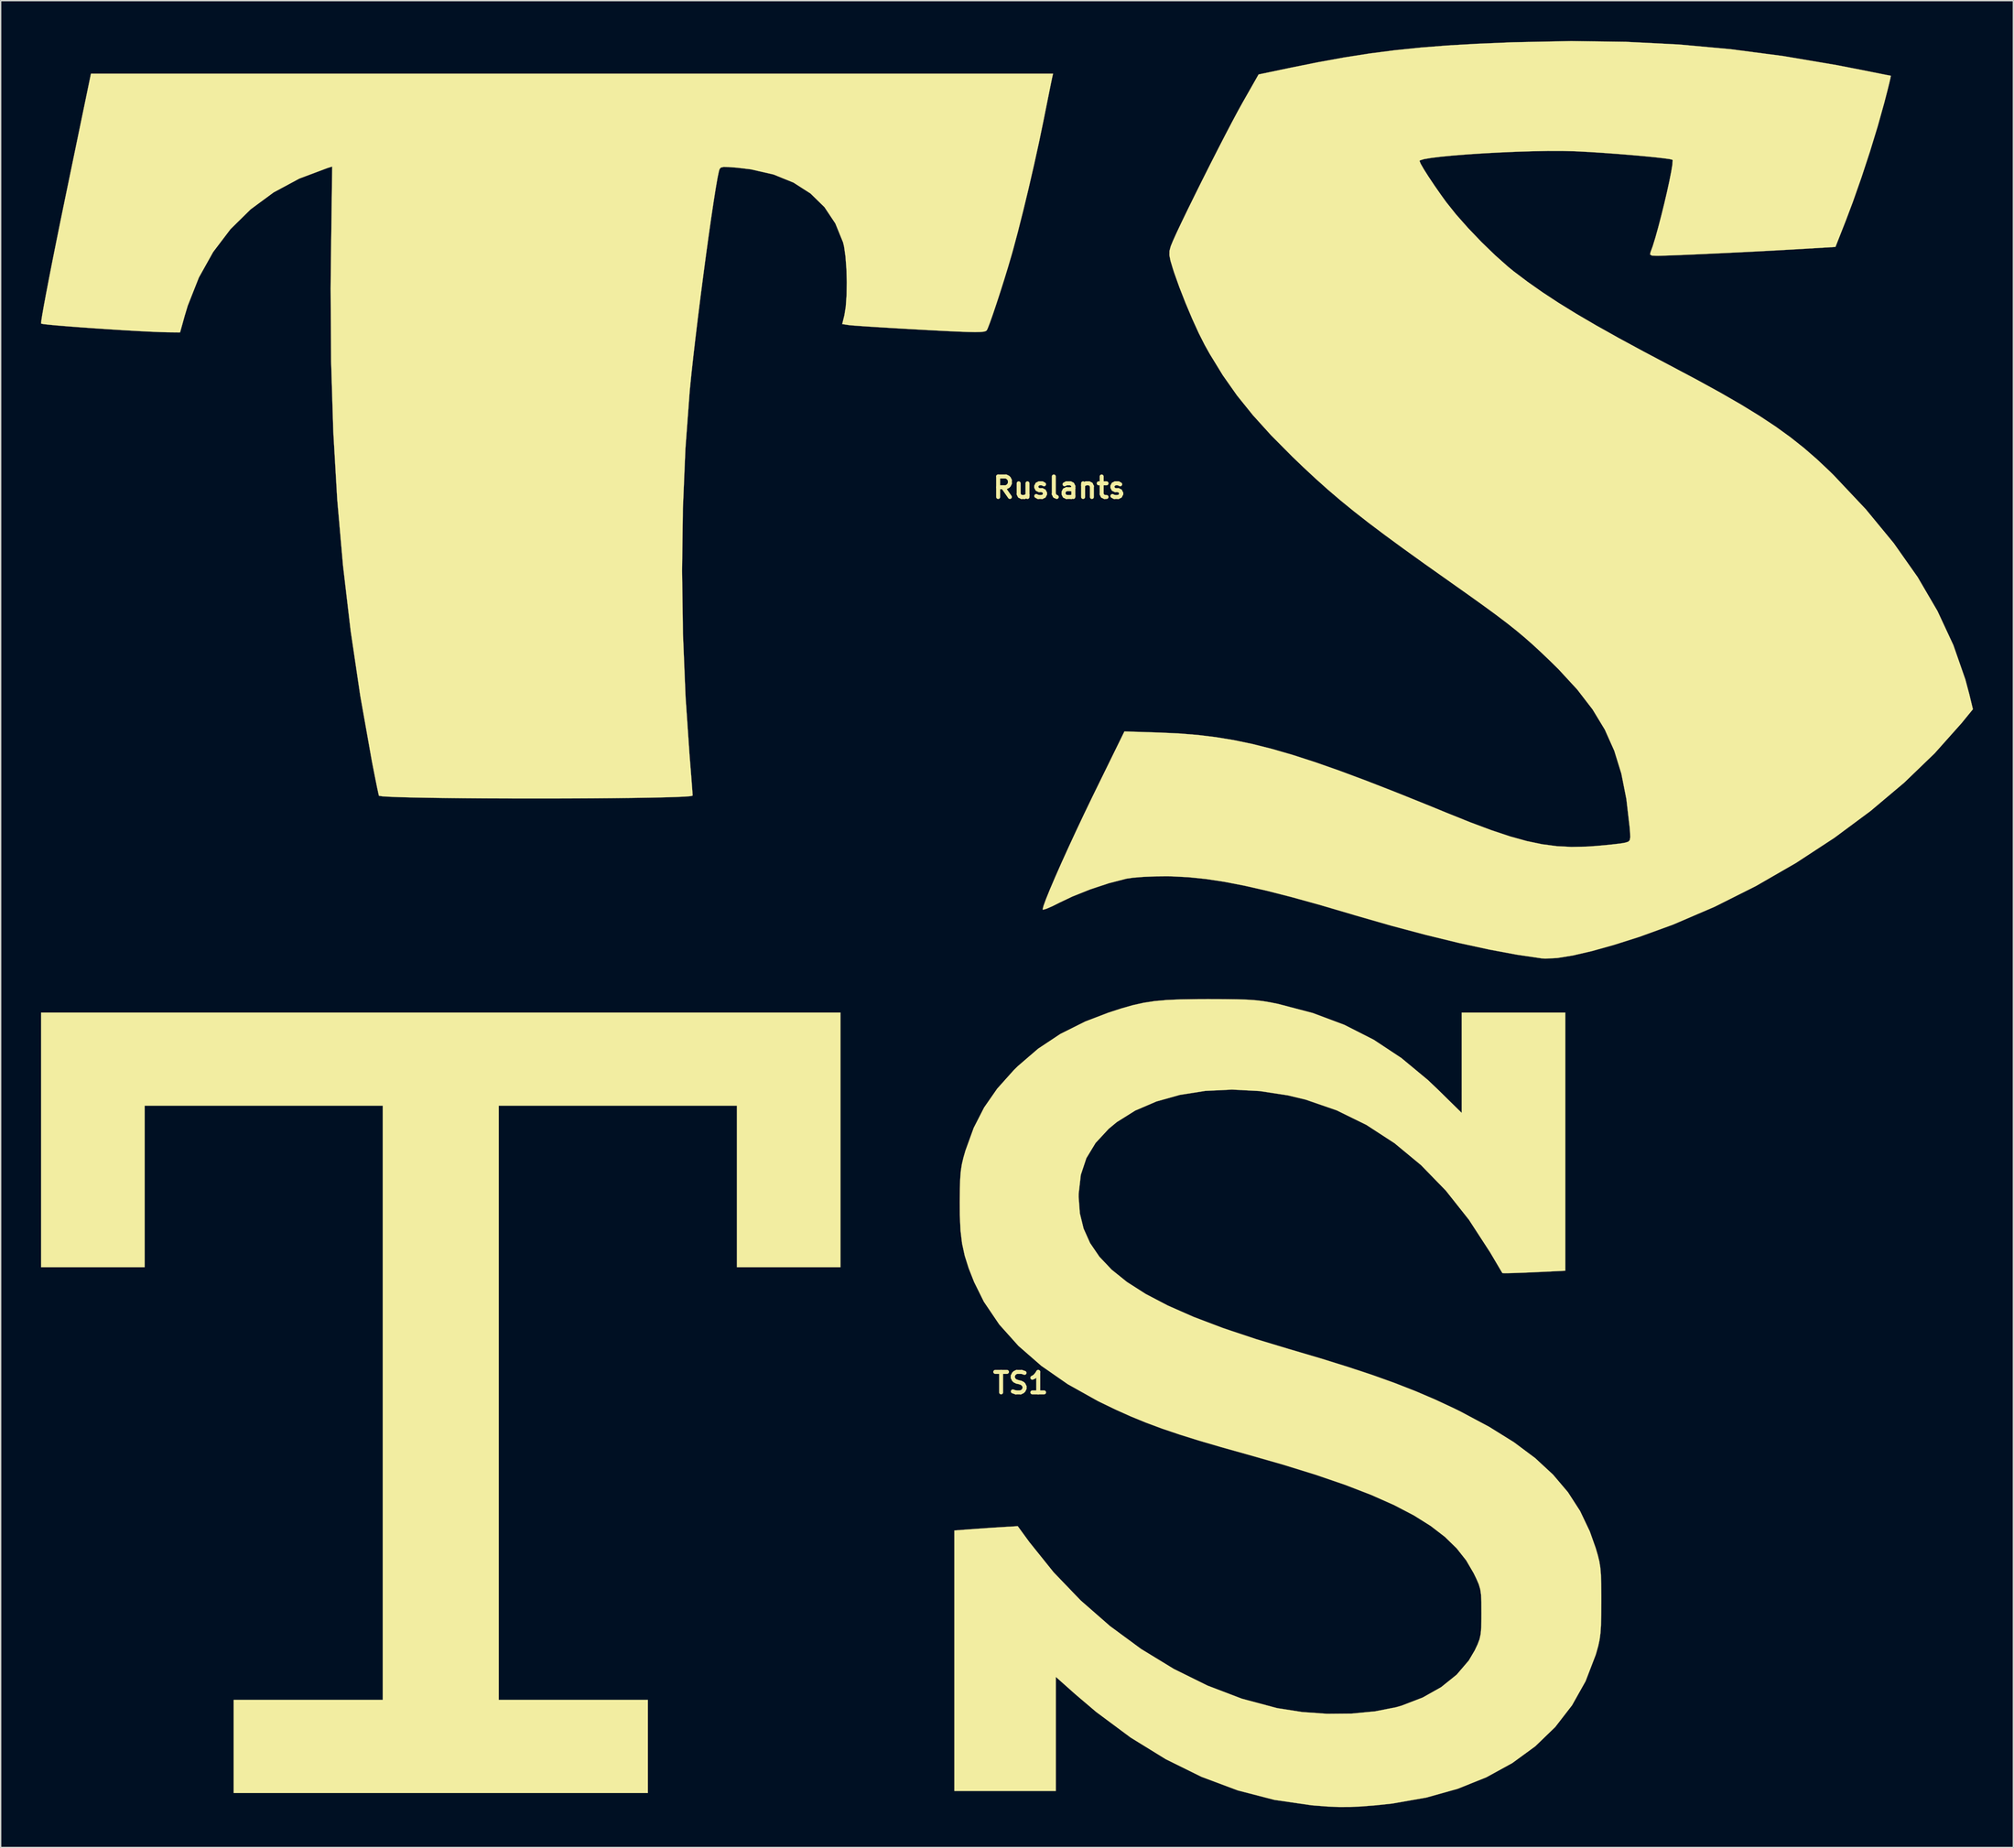
<source format=kicad_pcb>
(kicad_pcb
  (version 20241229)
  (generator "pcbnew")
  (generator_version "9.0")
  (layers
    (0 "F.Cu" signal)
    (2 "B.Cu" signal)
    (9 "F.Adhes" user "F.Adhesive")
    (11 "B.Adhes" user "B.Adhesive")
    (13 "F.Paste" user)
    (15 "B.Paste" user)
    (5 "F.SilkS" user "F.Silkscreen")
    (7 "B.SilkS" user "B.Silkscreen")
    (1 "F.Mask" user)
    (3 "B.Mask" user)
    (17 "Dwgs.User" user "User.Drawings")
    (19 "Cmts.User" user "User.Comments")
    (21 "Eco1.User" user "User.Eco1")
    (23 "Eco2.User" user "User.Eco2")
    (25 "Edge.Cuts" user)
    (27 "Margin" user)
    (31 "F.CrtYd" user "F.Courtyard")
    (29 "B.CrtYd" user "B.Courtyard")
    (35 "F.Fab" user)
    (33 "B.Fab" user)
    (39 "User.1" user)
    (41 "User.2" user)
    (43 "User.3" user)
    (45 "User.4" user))
  (footprint "TS1"
    (layer "F.Cu")
    (at 72.818 99.798)
    (property "Reference" "TS1" (at 0 0 0) (layer "F.SilkS") (effects (font (size 1.524 1.524) (thickness 0.3))))
    (attr through_hole)
    (fp_poly (pts (xy -13.393 -8.621) (xy -21.09 -8.621) (xy -21.09 -20.628) (xy -38.793 -20.628) (xy -38.793 23.553) (xy -27.709 23.553) (xy -27.709 30.48) (xy -58.497 30.48) (xy -58.497 23.553) (xy -47.413 23.553) (xy -47.413 -20.628) (xy -65.116 -20.628) (xy -65.116 -8.621) (xy -72.813 -8.621) (xy -72.813 -27.555) (xy -13.393 -27.555) (xy -13.393 -8.621)) (stroke (width 0.01) (type solid)) (fill yes) (layer "F.SilkS"))
    (fp_poly (pts (xy 15.125 -28.552) (xy 16.069 -28.54) (xy 16.824 -28.515) (xy 17.449 -28.472) (xy 18.003 -28.408) (xy 18.545 -28.318) (xy 19.134 -28.199) (xy 19.158 -28.193) (xy 21.713 -27.522) (xy 24.064 -26.642) (xy 26.248 -25.532) (xy 28.303 -24.173) (xy 30.268 -22.543) (xy 30.981 -21.866) (xy 32.79 -20.089) (xy 32.789 -27.555) (xy 40.486 -27.555) (xy 40.486 -8.356) (xy 38.163 -8.245) (xy 37.355 -8.21) (xy 36.664 -8.186) (xy 36.145 -8.175) (xy 35.852 -8.178) (xy 35.808 -8.185) (xy 35.721 -8.33) (xy 35.511 -8.685) (xy 35.21 -9.195) (xy 34.895 -9.729) (xy 33.324 -12.146) (xy 31.611 -14.308) (xy 29.764 -16.208) (xy 27.791 -17.841) (xy 25.698 -19.201) (xy 23.493 -20.283) (xy 21.184 -21.08) (xy 19.866 -21.396) (xy 17.769 -21.717) (xy 15.71 -21.825) (xy 13.721 -21.728) (xy 11.837 -21.432) (xy 10.091 -20.942) (xy 8.516 -20.266) (xy 7.147 -19.409) (xy 6.542 -18.908) (xy 5.57 -17.857) (xy 4.886 -16.729) (xy 4.473 -15.485) (xy 4.313 -14.085) (xy 4.31 -13.84) (xy 4.401 -12.627) (xy 4.681 -11.488) (xy 5.161 -10.416) (xy 5.852 -9.401) (xy 6.764 -8.437) (xy 7.909 -7.516) (xy 9.298 -6.629) (xy 10.941 -5.769) (xy 12.85 -4.928) (xy 15.034 -4.098) (xy 17.506 -3.272) (xy 19.935 -2.538) (xy 22.259 -1.852) (xy 24.322 -1.209) (xy 26.167 -0.597) (xy 27.835 0.002) (xy 29.367 0.602) (xy 30.807 1.218) (xy 32.195 1.865) (xy 32.699 2.114) (xy 34.827 3.25) (xy 36.669 4.396) (xy 38.245 5.574) (xy 39.575 6.805) (xy 40.682 8.11) (xy 41.586 9.51) (xy 42.308 11.027) (xy 42.748 12.268) (xy 42.903 12.796) (xy 43.015 13.255) (xy 43.089 13.714) (xy 43.134 14.244) (xy 43.155 14.914) (xy 43.162 15.793) (xy 43.162 16.241) (xy 43.156 17.233) (xy 43.139 17.987) (xy 43.102 18.573) (xy 43.038 19.061) (xy 42.941 19.521) (xy 42.801 20.023) (xy 42.744 20.213) (xy 41.992 22.169) (xy 40.987 23.957) (xy 39.738 25.571) (xy 38.253 27.006) (xy 36.543 28.254) (xy 34.617 29.311) (xy 32.482 30.168) (xy 30.149 30.821) (xy 27.626 31.263) (xy 26.401 31.394) (xy 25.342 31.478) (xy 24.471 31.521) (xy 23.672 31.524) (xy 22.827 31.486) (xy 21.82 31.408) (xy 21.613 31.39) (xy 18.858 30.99) (xy 16.133 30.284) (xy 13.442 29.276) (xy 10.789 27.966) (xy 8.179 26.357) (xy 5.614 24.451) (xy 4.075 23.144) (xy 2.617 21.846) (xy 2.617 30.326) (xy -4.926 30.326) (xy -4.926 10.956) (xy -3.81 10.872) (xy -3.064 10.818) (xy -2.204 10.759) (xy -1.455 10.712) (xy -0.216 10.636) (xy 0.649 11.822) (xy 2.456 14.071) (xy 4.463 16.159) (xy 6.642 18.066) (xy 8.959 19.771) (xy 11.385 21.252) (xy 13.888 22.49) (xy 16.437 23.463) (xy 19.001 24.15) (xy 19.135 24.178) (xy 20.929 24.458) (xy 22.778 24.588) (xy 24.605 24.572) (xy 26.336 24.409) (xy 27.893 24.103) (xy 28.32 23.981) (xy 29.888 23.378) (xy 31.26 22.605) (xy 32.41 21.681) (xy 33.311 20.627) (xy 33.755 19.873) (xy 33.97 19.418) (xy 34.112 19.041) (xy 34.196 18.656) (xy 34.237 18.178) (xy 34.251 17.521) (xy 34.252 17.083) (xy 34.248 16.309) (xy 34.225 15.755) (xy 34.165 15.332) (xy 34.052 14.953) (xy 33.868 14.53) (xy 33.674 14.133) (xy 33.121 13.185) (xy 32.415 12.29) (xy 31.543 11.439) (xy 30.487 10.625) (xy 29.234 9.839) (xy 27.766 9.072) (xy 26.068 8.318) (xy 24.125 7.567) (xy 21.922 6.812) (xy 19.442 6.044) (xy 16.838 5.301) (xy 14.922 4.764) (xy 13.259 4.277) (xy 11.802 3.821) (xy 10.504 3.381) (xy 9.318 2.94) (xy 8.195 2.48) (xy 7.09 1.985) (xy 5.955 1.438) (xy 5.722 1.322) (xy 3.502 0.08) (xy 1.538 -1.285) (xy -0.161 -2.767) (xy -1.587 -4.358) (xy -2.732 -6.05) (xy -3.458 -7.515) (xy -3.864 -8.546) (xy -4.157 -9.474) (xy -4.355 -10.386) (xy -4.471 -11.368) (xy -4.523 -12.507) (xy -4.528 -13.47) (xy -4.518 -14.443) (xy -4.494 -15.183) (xy -4.448 -15.766) (xy -4.372 -16.266) (xy -4.256 -16.759) (xy -4.104 -17.287) (xy -3.49 -18.98) (xy -2.717 -20.492) (xy -1.742 -21.896) (xy -0.518 -23.265) (xy -0.209 -23.57) (xy 1.302 -24.87) (xy 2.956 -25.967) (xy 4.803 -26.891) (xy 6.533 -27.552) (xy 7.487 -27.862) (xy 8.332 -28.102) (xy 9.131 -28.281) (xy 9.948 -28.407) (xy 10.847 -28.488) (xy 11.891 -28.534) (xy 13.145 -28.553) (xy 13.932 -28.556) (xy 15.125 -28.552)) (stroke (width 0.01) (type solid)) (fill yes) (layer "F.SilkS")))
  (footprint "Ruslants"
    (layer "F.Cu")
    (at 75.683 33.216)
    (property "Reference" "Ruslants" (at 0 0 0) (layer "F.SilkS") (effects (font (size 1.524 1.524) (thickness 0.3))))
    (attr through_hole)
    (fp_poly (pts (xy -0.532 -30.442) (xy -0.586 -30.183) (xy -0.689 -29.679) (xy -0.829 -28.983) (xy -0.996 -28.151) (xy -1.161 -27.324) (xy -1.489 -25.738) (xy -1.863 -24.038) (xy -2.262 -22.303) (xy -2.67 -20.611) (xy -3.067 -19.04) (xy -3.434 -17.668) (xy -3.543 -17.283) (xy -3.796 -16.423) (xy -4.078 -15.503) (xy -4.371 -14.576) (xy -4.659 -13.694) (xy -4.922 -12.911) (xy -5.145 -12.28) (xy -5.309 -11.855) (xy -5.379 -11.709) (xy -5.451 -11.648) (xy -5.601 -11.604) (xy -5.859 -11.579) (xy -6.258 -11.571) (xy -6.828 -11.582) (xy -7.601 -11.612) (xy -8.609 -11.66) (xy -9.883 -11.728) (xy -10.341 -11.753) (xy -11.551 -11.821) (xy -12.682 -11.888) (xy -13.69 -11.95) (xy -14.534 -12.005) (xy -15.173 -12.051) (xy -15.564 -12.084) (xy -15.646 -12.094) (xy -16.129 -12.169) (xy -15.968 -12.819) (xy -15.864 -13.468) (xy -15.805 -14.32) (xy -15.789 -15.284) (xy -15.816 -16.268) (xy -15.884 -17.181) (xy -15.99 -17.93) (xy -16.065 -18.242) (xy -16.64 -19.652) (xy -17.45 -20.866) (xy -18.488 -21.879) (xy -19.75 -22.688) (xy -21.229 -23.288) (xy -22.92 -23.675) (xy -23.954 -23.798) (xy -24.57 -23.845) (xy -24.947 -23.852) (xy -25.149 -23.805) (xy -25.246 -23.692) (xy -25.293 -23.535) (xy -25.398 -23.03) (xy -25.531 -22.258) (xy -25.689 -21.258) (xy -25.866 -20.07) (xy -26.057 -18.732) (xy -26.256 -17.284) (xy -26.458 -15.764) (xy -26.659 -14.213) (xy -26.852 -12.668) (xy -27.033 -11.17) (xy -27.197 -9.756) (xy -27.338 -8.467) (xy -27.451 -7.341) (xy -27.468 -7.158) (xy -27.783 -2.903) (xy -27.971 1.565) (xy -28.032 6.178) (xy -27.966 10.868) (xy -27.772 15.568) (xy -27.474 19.933) (xy -27.401 20.833) (xy -27.338 21.633) (xy -27.289 22.28) (xy -27.257 22.72) (xy -27.247 22.896) (xy -27.396 22.934) (xy -27.824 22.969) (xy -28.503 22.999) (xy -29.402 23.026) (xy -30.494 23.05) (xy -31.749 23.069) (xy -33.139 23.085) (xy -34.634 23.097) (xy -36.206 23.105) (xy -37.827 23.11) (xy -39.466 23.11) (xy -41.095 23.107) (xy -42.686 23.101) (xy -44.209 23.09) (xy -45.636 23.075) (xy -46.937 23.057) (xy -48.084 23.035) (xy -49.048 23.009) (xy -49.8 22.98) (xy -50.311 22.947) (xy -50.553 22.909) (xy -50.568 22.898) (xy -50.618 22.687) (xy -50.715 22.23) (xy -50.845 21.584) (xy -50.998 20.805) (xy -51.092 20.32) (xy -51.952 15.476) (xy -52.665 10.653) (xy -53.234 5.804) (xy -53.664 0.883) (xy -53.958 -4.16) (xy -54.12 -9.372) (xy -54.154 -14.8) (xy -54.133 -16.981) (xy -54.04 -23.879) (xy -54.383 -23.775) (xy -56.483 -22.987) (xy -58.391 -21.96) (xy -60.1 -20.702) (xy -61.601 -19.223) (xy -62.887 -17.53) (xy -63.948 -15.632) (xy -64.776 -13.537) (xy -65.003 -12.784) (xy -65.347 -11.548) (xy -66.271 -11.558) (xy -66.841 -11.573) (xy -67.601 -11.605) (xy -68.505 -11.652) (xy -69.509 -11.71) (xy -70.567 -11.776) (xy -71.634 -11.847) (xy -72.664 -11.92) (xy -73.612 -11.992) (xy -74.433 -12.059) (xy -75.081 -12.119) (xy -75.512 -12.169) (xy -75.678 -12.204) (xy -75.668 -12.371) (xy -75.6 -12.814) (xy -75.479 -13.505) (xy -75.309 -14.419) (xy -75.096 -15.53) (xy -74.845 -16.811) (xy -74.56 -18.236) (xy -74.248 -19.779) (xy -73.912 -21.413) (xy -73.883 -21.554) (xy -71.971 -30.788) (xy -0.456 -30.788) (xy -0.532 -30.442)) (stroke (width 0.01) (type solid)) (fill yes) (layer "F.SilkS"))
    (fp_poly (pts (xy 42.121 -33.157) (xy 46.056 -32.958) (xy 49.932 -32.606) (xy 53.821 -32.097) (xy 57.796 -31.424) (xy 59.56 -31.081) (xy 60.343 -30.924) (xy 61.011 -30.791) (xy 61.509 -30.692) (xy 61.784 -30.64) (xy 61.82 -30.634) (xy 61.798 -30.494) (xy 61.71 -30.111) (xy 61.568 -29.538) (xy 61.385 -28.828) (xy 61.324 -28.594) (xy 60.842 -26.87) (xy 60.268 -24.993) (xy 59.64 -23.082) (xy 58.998 -21.254) (xy 58.466 -19.843) (xy 57.703 -17.904) (xy 54.598 -17.719) (xy 53.536 -17.658) (xy 52.351 -17.594) (xy 51.093 -17.529) (xy 49.81 -17.466) (xy 48.553 -17.406) (xy 47.369 -17.352) (xy 46.309 -17.307) (xy 45.422 -17.273) (xy 44.756 -17.251) (xy 44.434 -17.245) (xy 44.056 -17.262) (xy 43.921 -17.345) (xy 43.955 -17.511) (xy 44.117 -17.953) (xy 44.312 -18.584) (xy 44.527 -19.354) (xy 44.751 -20.211) (xy 44.972 -21.104) (xy 45.178 -21.983) (xy 45.356 -22.796) (xy 45.494 -23.492) (xy 45.581 -24.02) (xy 45.603 -24.33) (xy 45.585 -24.387) (xy 45.373 -24.438) (xy 44.904 -24.502) (xy 44.226 -24.578) (xy 43.39 -24.659) (xy 42.447 -24.742) (xy 41.444 -24.823) (xy 40.433 -24.897) (xy 39.463 -24.96) (xy 38.584 -25.007) (xy 38.254 -25.021) (xy 37.348 -25.042) (xy 36.305 -25.04) (xy 35.163 -25.019) (xy 33.961 -24.981) (xy 32.737 -24.927) (xy 31.531 -24.862) (xy 30.381 -24.786) (xy 29.326 -24.703) (xy 28.404 -24.615) (xy 27.654 -24.524) (xy 27.115 -24.433) (xy 26.825 -24.344) (xy 26.785 -24.3) (xy 26.871 -24.089) (xy 27.107 -23.679) (xy 27.461 -23.121) (xy 27.9 -22.465) (xy 28.392 -21.759) (xy 28.765 -21.244) (xy 29.496 -20.326) (xy 30.399 -19.306) (xy 31.398 -18.263) (xy 32.418 -17.275) (xy 33.38 -16.42) (xy 33.79 -16.087) (xy 34.814 -15.315) (xy 35.906 -14.546) (xy 37.098 -13.762) (xy 38.42 -12.945) (xy 39.904 -12.076) (xy 41.581 -11.136) (xy 43.481 -10.107) (xy 45.346 -9.121) (xy 47.36 -8.052) (xy 49.126 -7.082) (xy 50.674 -6.19) (xy 52.04 -5.352) (xy 53.257 -4.547) (xy 54.357 -3.752) (xy 55.374 -2.945) (xy 56.341 -2.104) (xy 57.292 -1.206) (xy 57.577 -0.924) (xy 59.958 1.602) (xy 62.035 4.123) (xy 63.81 6.643) (xy 65.287 9.17) (xy 66.468 11.706) (xy 67.358 14.258) (xy 67.651 15.356) (xy 67.921 16.473) (xy 67.07 17.514) (xy 65.075 19.752) (xy 62.811 21.934) (xy 60.315 24.036) (xy 57.622 26.034) (xy 54.769 27.902) (xy 51.794 29.618) (xy 48.732 31.156) (xy 45.621 32.492) (xy 43.103 33.406) (xy 41.225 34.001) (xy 39.581 34.461) (xy 38.178 34.785) (xy 37.026 34.971) (xy 36.134 35.016) (xy 35.868 34.997) (xy 34.056 34.732) (xy 31.998 34.349) (xy 29.73 33.857) (xy 27.287 33.262) (xy 24.704 32.575) (xy 22.016 31.802) (xy 21.717 31.712) (xy 19.383 31.026) (xy 17.302 30.449) (xy 15.444 29.974) (xy 13.777 29.594) (xy 12.27 29.303) (xy 10.89 29.095) (xy 9.607 28.963) (xy 8.389 28.9) (xy 8.005 28.894) (xy 7.106 28.903) (xy 6.241 28.94) (xy 5.502 29) (xy 5.003 29.072) (xy 3.7 29.408) (xy 2.312 29.867) (xy 0.978 30.4) (xy 0.038 30.848) (xy -0.509 31.121) (xy -0.938 31.306) (xy -1.19 31.38) (xy -1.232 31.363) (xy -1.166 31.096) (xy -0.98 30.587) (xy -0.688 29.866) (xy -0.304 28.968) (xy 0.156 27.925) (xy 0.679 26.771) (xy 1.25 25.538) (xy 1.853 24.26) (xy 2.475 22.969) (xy 2.67 22.57) (xy 4.849 18.123) (xy 7.543 18.21) (xy 8.942 18.276) (xy 10.294 18.385) (xy 11.627 18.546) (xy 12.969 18.766) (xy 14.35 19.053) (xy 15.795 19.416) (xy 17.335 19.861) (xy 18.997 20.398) (xy 20.809 21.033) (xy 22.799 21.775) (xy 24.996 22.631) (xy 27.428 23.61) (xy 28.754 24.154) (xy 30.553 24.877) (xy 32.124 25.465) (xy 33.51 25.927) (xy 34.754 26.273) (xy 35.899 26.512) (xy 36.989 26.655) (xy 38.067 26.711) (xy 39.177 26.69) (xy 39.905 26.641) (xy 40.651 26.574) (xy 41.32 26.503) (xy 41.831 26.437) (xy 42.075 26.394) (xy 42.296 26.325) (xy 42.414 26.209) (xy 42.45 25.969) (xy 42.428 25.531) (xy 42.406 25.267) (xy 42.161 23.147) (xy 41.788 21.262) (xy 41.261 19.559) (xy 40.557 17.985) (xy 39.648 16.486) (xy 38.51 15.009) (xy 37.118 13.499) (xy 36.536 12.925) (xy 35.856 12.275) (xy 35.23 11.695) (xy 34.62 11.156) (xy 33.989 10.627) (xy 33.297 10.078) (xy 32.509 9.48) (xy 31.585 8.803) (xy 30.488 8.016) (xy 29.181 7.091) (xy 28.952 6.929) (xy 27.163 5.663) (xy 25.598 4.539) (xy 24.224 3.532) (xy 23.008 2.616) (xy 21.918 1.764) (xy 20.919 0.95) (xy 19.98 0.149) (xy 19.067 -0.667) (xy 18.148 -1.523) (xy 17.333 -2.305) (xy 15.755 -3.895) (xy 14.399 -5.395) (xy 13.217 -6.862) (xy 12.165 -8.358) (xy 11.195 -9.941) (xy 10.814 -10.622) (xy 10.376 -11.488) (xy 9.89 -12.554) (xy 9.397 -13.722) (xy 8.936 -14.899) (xy 8.548 -15.987) (xy 8.453 -16.28) (xy 8.273 -16.879) (xy 8.192 -17.289) (xy 8.198 -17.607) (xy 8.285 -17.933) (xy 8.299 -17.973) (xy 8.454 -18.352) (xy 8.73 -18.962) (xy 9.108 -19.762) (xy 9.567 -20.71) (xy 10.086 -21.765) (xy 10.643 -22.886) (xy 11.219 -24.031) (xy 11.793 -25.159) (xy 12.343 -26.227) (xy 12.85 -27.196) (xy 13.292 -28.023) (xy 13.635 -28.642) (xy 14.822 -30.73) (xy 17.148 -31.218) (xy 19.241 -31.64) (xy 21.197 -31.995) (xy 23.079 -32.29) (xy 24.95 -32.532) (xy 26.873 -32.728) (xy 28.91 -32.887) (xy 31.124 -33.014) (xy 33.577 -33.117) (xy 33.783 -33.124) (xy 38.054 -33.211) (xy 42.121 -33.157)) (stroke (width 0.01) (type solid)) (fill yes) (layer "F.SilkS")))
  (gr_rect
    (start -3 -3)
    (end 146.609 134.327)
    (stroke (width 0.1) (type default))
    (fill no)
    (layer "Edge.Cuts")))
</source>
